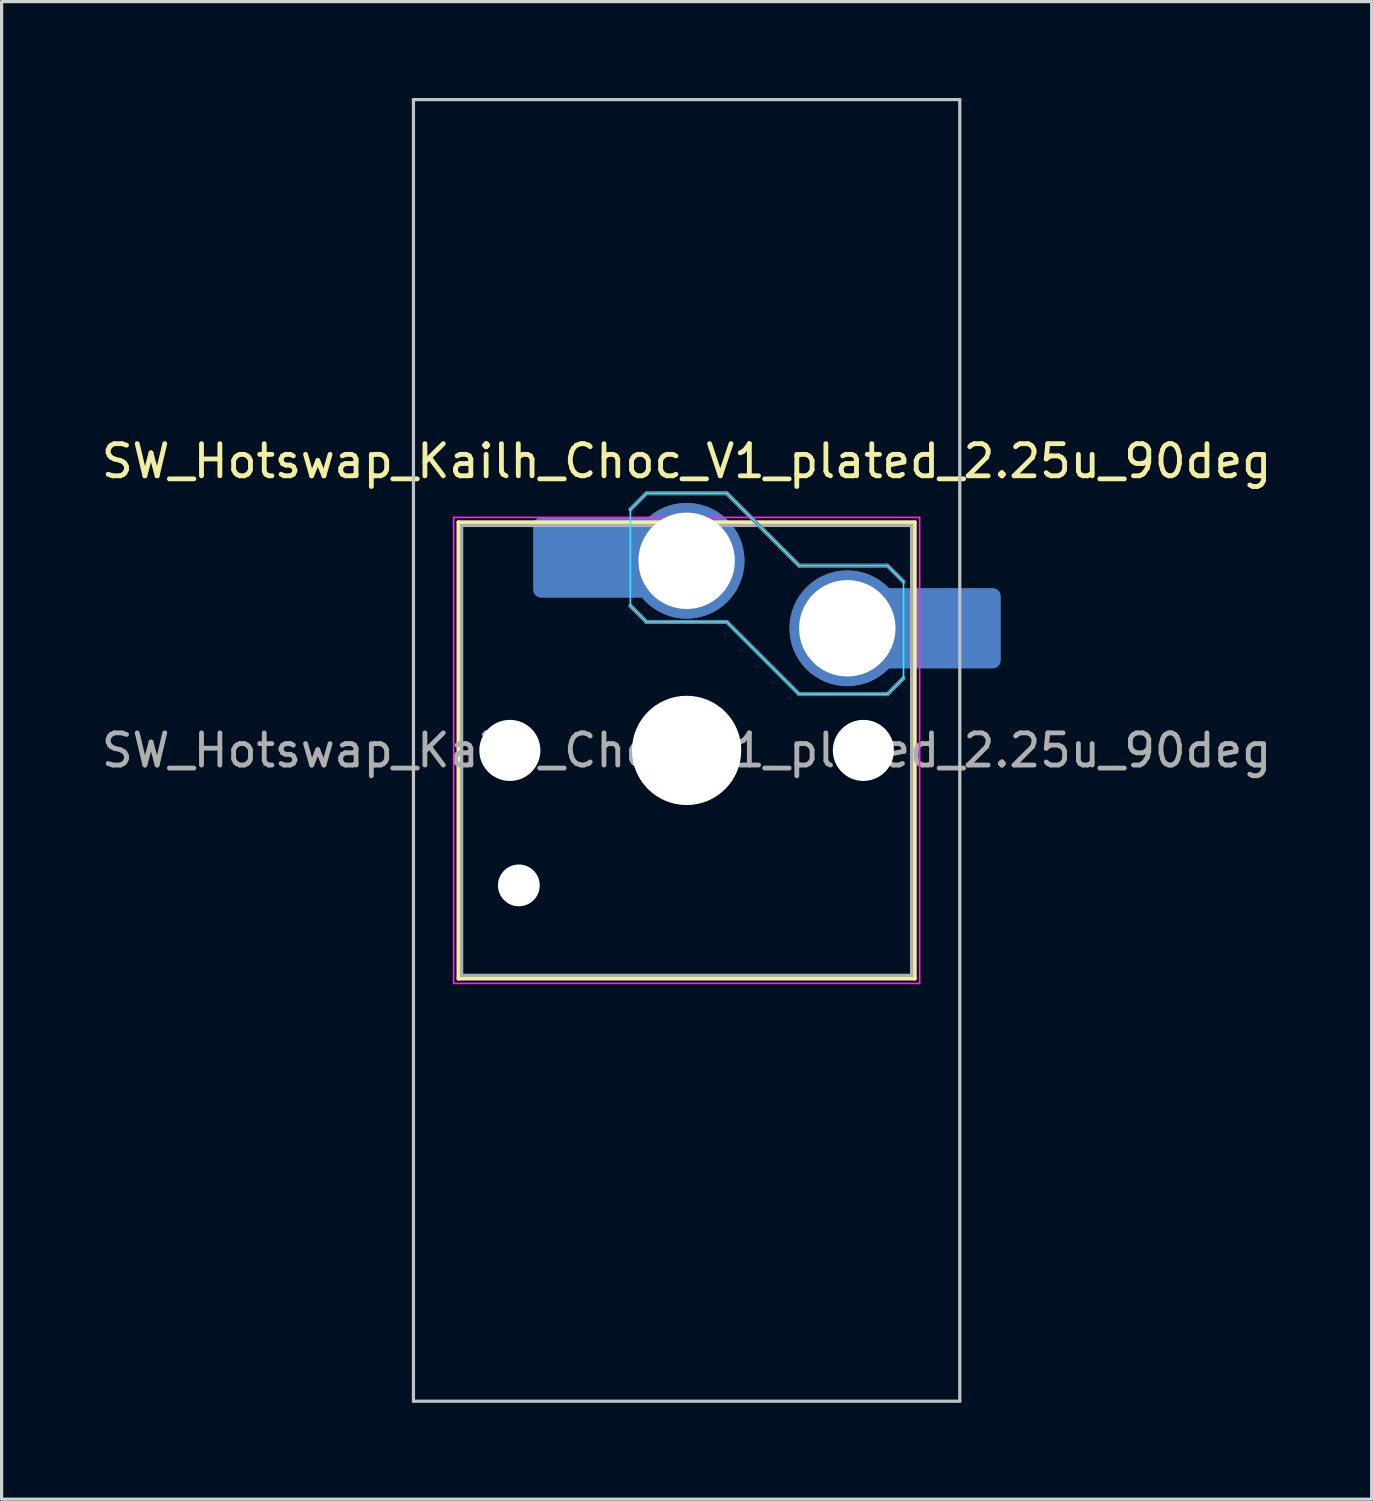
<source format=kicad_pcb>
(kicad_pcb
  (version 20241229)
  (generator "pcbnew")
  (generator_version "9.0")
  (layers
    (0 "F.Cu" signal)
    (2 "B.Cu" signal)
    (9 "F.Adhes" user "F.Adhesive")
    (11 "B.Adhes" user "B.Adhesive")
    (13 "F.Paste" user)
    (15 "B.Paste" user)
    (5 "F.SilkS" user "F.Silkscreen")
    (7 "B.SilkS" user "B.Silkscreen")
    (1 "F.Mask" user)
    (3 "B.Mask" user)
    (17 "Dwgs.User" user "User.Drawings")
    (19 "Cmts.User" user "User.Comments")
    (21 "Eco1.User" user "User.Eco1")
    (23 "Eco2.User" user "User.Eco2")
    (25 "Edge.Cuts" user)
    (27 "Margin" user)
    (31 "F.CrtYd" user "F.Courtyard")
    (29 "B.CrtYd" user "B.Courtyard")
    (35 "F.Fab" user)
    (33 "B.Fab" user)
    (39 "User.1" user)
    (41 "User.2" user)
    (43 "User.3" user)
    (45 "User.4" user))
  (footprint "SW_Hotswap_Kailh_Choc_V1_plated_2.25u_90deg"
    (layer "F.Cu")
    (at 18.315 20.3)
    (property "Reference" "SW_Hotswap_Kailh_Choc_V1_plated_2.25u_90deg" (at 0 -9 0) (layer "F.SilkS") (effects (font (size 1 1) (thickness 0.15))))
    (attr smd)
    (fp_line (start -7.1 -7.1) (end -7.1 7.1) (stroke (width 0.12) (type solid)) (layer "F.SilkS"))
    (fp_line (start -7.1 7.1) (end 7.1 7.1) (stroke (width 0.12) (type solid)) (layer "F.SilkS"))
    (fp_line (start 7.1 -7.1) (end -7.1 -7.1) (stroke (width 0.12) (type solid)) (layer "F.SilkS"))
    (fp_line (start 7.1 7.1) (end 7.1 -7.1) (stroke (width 0.12) (type solid)) (layer "F.SilkS"))
    (fp_line (start -1.75 -7.5) (end -1.25 -8) (stroke (width 0.12) (type solid)) (layer "B.SilkS"))
    (fp_line (start -1.25 -8) (end 1.25 -8) (stroke (width 0.12) (type solid)) (layer "B.SilkS"))
    (fp_line (start -1.25 -4) (end -1.75 -4.5) (stroke (width 0.12) (type solid)) (layer "B.SilkS"))
    (fp_line (start 1.25 -8) (end 3.5 -5.75) (stroke (width 0.12) (type solid)) (layer "B.SilkS"))
    (fp_line (start 1.25 -4) (end -1.25 -4) (stroke (width 0.12) (type solid)) (layer "B.SilkS"))
    (fp_line (start 3.5 -5.75) (end 6.25 -5.75) (stroke (width 0.12) (type solid)) (layer "B.SilkS"))
    (fp_line (start 3.5 -1.75) (end 1.25 -4) (stroke (width 0.12) (type solid)) (layer "B.SilkS"))
    (fp_line (start 6.25 -5.75) (end 6.75 -5.25) (stroke (width 0.12) (type solid)) (layer "B.SilkS"))
    (fp_line (start 6.25 -1.75) (end 3.5 -1.75) (stroke (width 0.12) (type solid)) (layer "B.SilkS"))
    (fp_line (start 6.75 -2.25) (end 6.25 -1.75) (stroke (width 0.12) (type solid)) (layer "B.SilkS"))
    (fp_line (start -8.5 -20.25) (end 8.5 -20.25) (stroke (width 0.1) (type solid)) (layer "Dwgs.User"))
    (fp_line (start -8.5 20.25) (end -8.5 -20.25) (stroke (width 0.1) (type solid)) (layer "Dwgs.User"))
    (fp_line (start 8.5 -20.25) (end 8.5 20.25) (stroke (width 0.1) (type solid)) (layer "Dwgs.User"))
    (fp_line (start 8.5 20.25) (end -8.5 20.25) (stroke (width 0.1) (type solid)) (layer "Dwgs.User"))
    (fp_line (start -1.75 -7.5) (end -1.25 -8) (stroke (width 0.05) (type solid)) (layer "B.CrtYd"))
    (fp_line (start -1.75 -4.5) (end -1.75 -7.5) (stroke (width 0.05) (type solid)) (layer "B.CrtYd"))
    (fp_line (start -1.25 -8) (end 1.25 -8) (stroke (width 0.05) (type solid)) (layer "B.CrtYd"))
    (fp_line (start -1.25 -4) (end -1.75 -4.5) (stroke (width 0.05) (type solid)) (layer "B.CrtYd"))
    (fp_line (start 1.25 -8) (end 3.5 -5.75) (stroke (width 0.05) (type solid)) (layer "B.CrtYd"))
    (fp_line (start 1.25 -4) (end -1.25 -4) (stroke (width 0.05) (type solid)) (layer "B.CrtYd"))
    (fp_line (start 3.5 -5.75) (end 6.25 -5.75) (stroke (width 0.05) (type solid)) (layer "B.CrtYd"))
    (fp_line (start 3.5 -1.75) (end 1.25 -4) (stroke (width 0.05) (type solid)) (layer "B.CrtYd"))
    (fp_line (start 6.25 -5.75) (end 6.75 -5.25) (stroke (width 0.05) (type solid)) (layer "B.CrtYd"))
    (fp_line (start 6.25 -1.75) (end 3.5 -1.75) (stroke (width 0.05) (type solid)) (layer "B.CrtYd"))
    (fp_line (start 6.75 -5.25) (end 6.75 -2.25) (stroke (width 0.05) (type solid)) (layer "B.CrtYd"))
    (fp_line (start 6.75 -2.25) (end 6.25 -1.75) (stroke (width 0.05) (type solid)) (layer "B.CrtYd"))
    (fp_line (start -7.25 -7.25) (end -7.25 7.25) (stroke (width 0.05) (type solid)) (layer "F.CrtYd"))
    (fp_line (start -7.25 7.25) (end 7.25 7.25) (stroke (width 0.05) (type solid)) (layer "F.CrtYd"))
    (fp_line (start 7.25 -7.25) (end -7.25 -7.25) (stroke (width 0.05) (type solid)) (layer "F.CrtYd"))
    (fp_line (start 7.25 7.25) (end 7.25 -7.25) (stroke (width 0.05) (type solid)) (layer "F.CrtYd"))
    (fp_line (start -1.75 -7.5) (end -1.25 -8) (stroke (width 0.1) (type solid)) (layer "B.Fab"))
    (fp_line (start -1.25 -8) (end 1.25 -8) (stroke (width 0.1) (type solid)) (layer "B.Fab"))
    (fp_line (start -1.25 -4) (end -1.75 -4.5) (stroke (width 0.1) (type solid)) (layer "B.Fab"))
    (fp_line (start 1.25 -8) (end 3.5 -5.75) (stroke (width 0.1) (type solid)) (layer "B.Fab"))
    (fp_line (start 1.25 -4) (end -1.25 -4) (stroke (width 0.1) (type solid)) (layer "B.Fab"))
    (fp_line (start 3.5 -5.75) (end 6.25 -5.75) (stroke (width 0.1) (type solid)) (layer "B.Fab"))
    (fp_line (start 3.5 -1.75) (end 1.25 -4) (stroke (width 0.1) (type solid)) (layer "B.Fab"))
    (fp_line (start 6.25 -5.75) (end 6.75 -5.25) (stroke (width 0.1) (type solid)) (layer "B.Fab"))
    (fp_line (start 6.25 -1.75) (end 3.5 -1.75) (stroke (width 0.1) (type solid)) (layer "B.Fab"))
    (fp_line (start 6.75 -2.25) (end 6.25 -1.75) (stroke (width 0.1) (type solid)) (layer "B.Fab"))
    (fp_line (start -7 -7) (end -7 7) (stroke (width 0.1) (type solid)) (layer "F.Fab"))
    (fp_line (start -7 7) (end 7 7) (stroke (width 0.1) (type solid)) (layer "F.Fab"))
    (fp_line (start 7 -7) (end -7 -7) (stroke (width 0.1) (type solid)) (layer "F.Fab"))
    (fp_line (start 7 7) (end 7 -7) (stroke (width 0.1) (type solid)) (layer "F.Fab"))
    (fp_text user "${REFERENCE}" (at 0 0 0) (layer "F.Fab") (effects (font (size 1 1) (thickness 0.15))))
    (pad "" np_thru_hole circle (at -5.5 0) (size 1.9 1.9) (drill 1.9) (layers "*.Cu" "*.Mask"))
    (pad "" np_thru_hole circle (at -5.22 4.2) (size 1.3 1.3) (drill 1.3) (layers "*.Cu" "*.Mask"))
    (pad "" smd roundrect (at -3.5 -6) (size 2.55 2.5) (layers "B.Mask" "B.Paste") (roundrect_rratio 0.1))
    (pad "" np_thru_hole circle (at 0 0) (size 3.4 3.4) (drill 3.4) (layers "*.Cu" "*.Mask"))
    (pad "" np_thru_hole circle (at 5.5 0) (size 1.9 1.9) (drill 1.9) (layers "*.Cu" "*.Mask"))
    (pad "" smd roundrect (at 8.5 -3.8) (size 2.55 2.5) (layers "B.Mask" "B.Paste") (roundrect_rratio 0.1))
    (pad "1" smd roundrect (at -2.85 -6) (size 3.85 2.5) (layers "B.Cu") (roundrect_rratio 0.1))
    (pad "1" thru_hole circle (at 0 -5.9) (size 3.6 3.6) (drill 3) (layers "*.Cu" "B.Mask"))
    (pad "2" thru_hole circle (at 5 -3.8) (size 3.6 3.6) (drill 3) (layers "*.Cu" "B.Mask"))
    (pad "2" smd roundrect (at 7.85 -3.8) (size 3.85 2.5) (layers "B.Cu") (roundrect_rratio 0.1)))
  (gr_rect
    (start -3 -3)
    (end 39.631 43.6)
    (stroke (width 0.1) (type default))
    (fill no)
    (layer "Edge.Cuts")))
</source>
